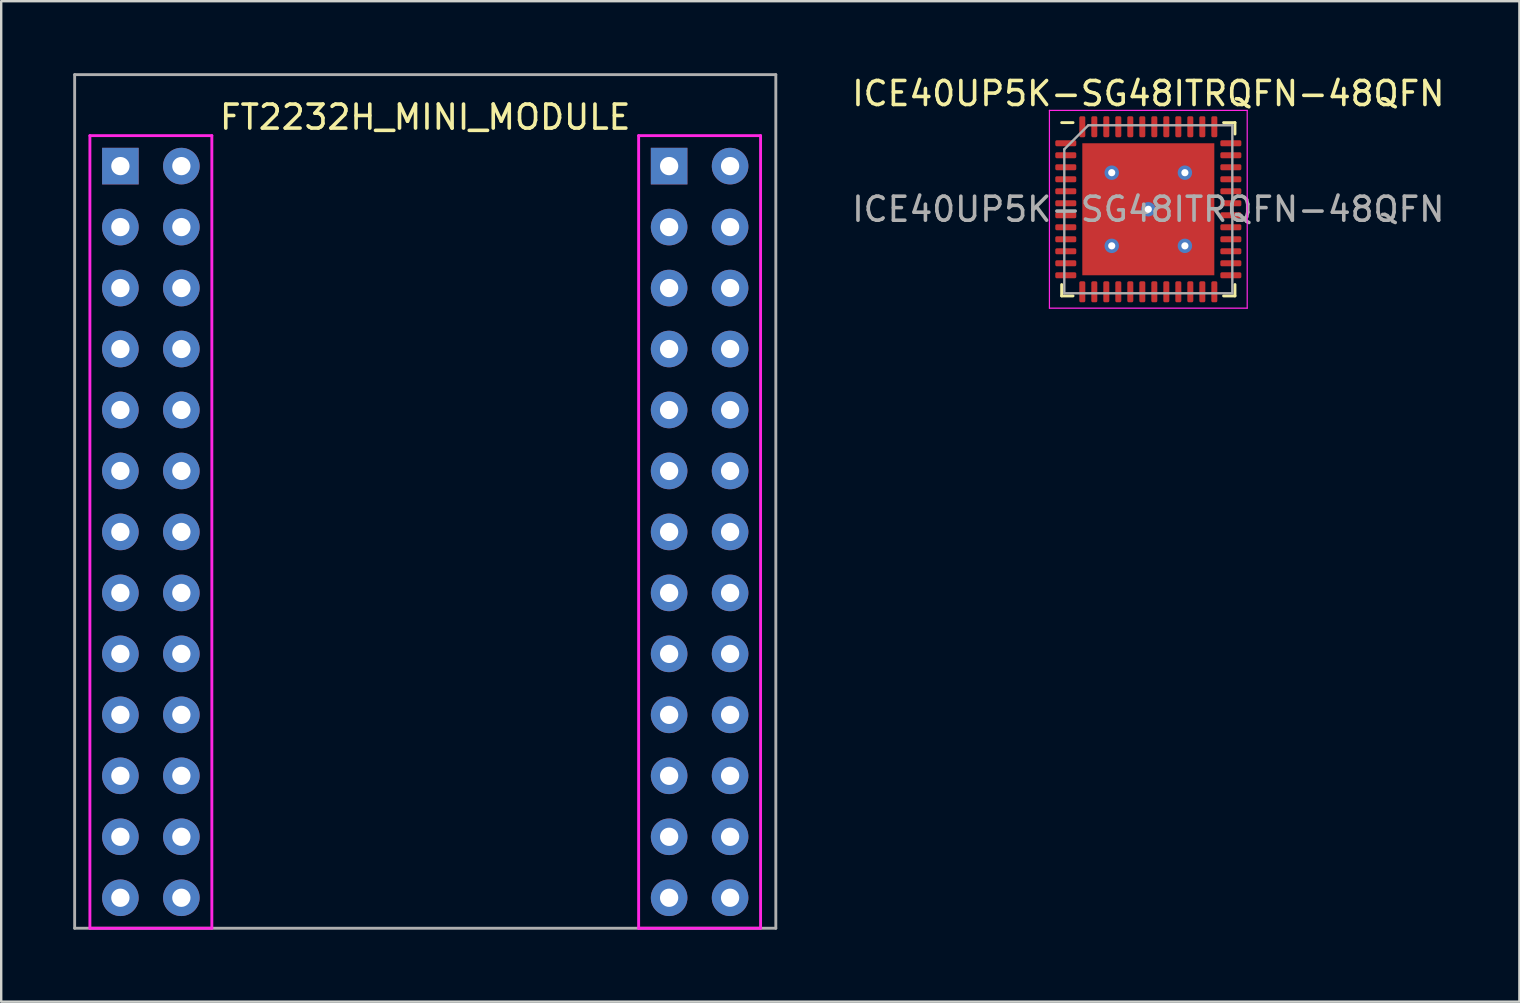
<source format=kicad_pcb>
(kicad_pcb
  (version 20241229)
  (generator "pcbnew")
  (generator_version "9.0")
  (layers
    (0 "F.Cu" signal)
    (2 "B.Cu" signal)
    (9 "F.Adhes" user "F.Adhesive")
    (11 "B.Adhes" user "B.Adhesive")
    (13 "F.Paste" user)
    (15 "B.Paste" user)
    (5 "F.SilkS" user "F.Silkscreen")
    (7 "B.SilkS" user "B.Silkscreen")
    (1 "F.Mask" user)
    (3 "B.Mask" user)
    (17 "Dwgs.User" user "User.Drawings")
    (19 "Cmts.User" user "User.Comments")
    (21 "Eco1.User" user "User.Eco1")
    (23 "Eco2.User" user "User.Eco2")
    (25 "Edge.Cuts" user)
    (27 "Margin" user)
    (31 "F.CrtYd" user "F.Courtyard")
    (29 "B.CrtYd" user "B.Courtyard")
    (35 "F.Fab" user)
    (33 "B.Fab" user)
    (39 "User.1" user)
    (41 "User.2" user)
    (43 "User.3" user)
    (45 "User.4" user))
  (footprint "ICE40UP5K-SG48ITRQFN-48QFN"
    (layer "F.Cu")
    (at 44.788 5.668)
    (property "Reference" "ICE40UP5K-SG48ITRQFN-48QFN" (at 0 -4.82 0) (layer "F.SilkS") (effects (font (size 1 1) (thickness 0.15))))
    (attr smd)
    (fp_line (start -3.61 3.61) (end -3.61 3.135) (stroke (width 0.12) (type solid)) (layer "F.SilkS"))
    (fp_line (start -3.135 -3.61) (end -3.61 -3.61) (stroke (width 0.12) (type solid)) (layer "F.SilkS"))
    (fp_line (start -3.135 3.61) (end -3.61 3.61) (stroke (width 0.12) (type solid)) (layer "F.SilkS"))
    (fp_line (start 3.135 -3.61) (end 3.61 -3.61) (stroke (width 0.12) (type solid)) (layer "F.SilkS"))
    (fp_line (start 3.135 3.61) (end 3.61 3.61) (stroke (width 0.12) (type solid)) (layer "F.SilkS"))
    (fp_line (start 3.61 -3.61) (end 3.61 -3.135) (stroke (width 0.12) (type solid)) (layer "F.SilkS"))
    (fp_line (start 3.61 3.61) (end 3.61 3.135) (stroke (width 0.12) (type solid)) (layer "F.SilkS"))
    (fp_line (start -4.12 -4.12) (end -4.12 4.12) (stroke (width 0.05) (type solid)) (layer "F.CrtYd"))
    (fp_line (start -4.12 4.12) (end 4.12 4.12) (stroke (width 0.05) (type solid)) (layer "F.CrtYd"))
    (fp_line (start 4.12 -4.12) (end -4.12 -4.12) (stroke (width 0.05) (type solid)) (layer "F.CrtYd"))
    (fp_line (start 4.12 4.12) (end 4.12 -4.12) (stroke (width 0.05) (type solid)) (layer "F.CrtYd"))
    (fp_line (start -3.5 -2.5) (end -2.5 -3.5) (stroke (width 0.1) (type solid)) (layer "F.Fab"))
    (fp_line (start -3.5 3.5) (end -3.5 -2.5) (stroke (width 0.1) (type solid)) (layer "F.Fab"))
    (fp_line (start -2.5 -3.5) (end 3.5 -3.5) (stroke (width 0.1) (type solid)) (layer "F.Fab"))
    (fp_line (start 3.5 -3.5) (end 3.5 3.5) (stroke (width 0.1) (type solid)) (layer "F.Fab"))
    (fp_line (start 3.5 3.5) (end -3.5 3.5) (stroke (width 0.1) (type solid)) (layer "F.Fab"))
    (fp_text user "${REFERENCE}" (at 0 0 0) (layer "F.Fab") (effects (font (size 1 1) (thickness 0.15))))
    (pad "" smd roundrect (at -2.1 -2.1) (size 1.13 1.13) (layers "F.Paste") (roundrect_rratio 0.221))
    (pad "" smd roundrect (at -2.1 -0.7) (size 1.13 1.13) (layers "F.Paste") (roundrect_rratio 0.221))
    (pad "" smd roundrect (at -2.1 0.7) (size 1.13 1.13) (layers "F.Paste") (roundrect_rratio 0.221))
    (pad "" smd roundrect (at -2.1 2.1) (size 1.13 1.13) (layers "F.Paste") (roundrect_rratio 0.221))
    (pad "" smd roundrect (at -0.7 -2.1) (size 1.13 1.13) (layers "F.Paste") (roundrect_rratio 0.221))
    (pad "" smd roundrect (at -0.7 -0.7) (size 1.13 1.13) (layers "F.Paste") (roundrect_rratio 0.221))
    (pad "" smd roundrect (at -0.7 0.7) (size 1.13 1.13) (layers "F.Paste") (roundrect_rratio 0.221))
    (pad "" smd roundrect (at -0.7 2.1) (size 1.13 1.13) (layers "F.Paste") (roundrect_rratio 0.221))
    (pad "" smd roundrect (at 0.7 -2.1) (size 1.13 1.13) (layers "F.Paste") (roundrect_rratio 0.221))
    (pad "" smd roundrect (at 0.7 -0.7) (size 1.13 1.13) (layers "F.Paste") (roundrect_rratio 0.221))
    (pad "" smd roundrect (at 0.7 0.7) (size 1.13 1.13) (layers "F.Paste") (roundrect_rratio 0.221))
    (pad "" smd roundrect (at 0.7 2.1) (size 1.13 1.13) (layers "F.Paste") (roundrect_rratio 0.221))
    (pad "" smd roundrect (at 2.1 -2.1) (size 1.13 1.13) (layers "F.Paste") (roundrect_rratio 0.221))
    (pad "" smd roundrect (at 2.1 -0.7) (size 1.13 1.13) (layers "F.Paste") (roundrect_rratio 0.221))
    (pad "" smd roundrect (at 2.1 0.7) (size 1.13 1.13) (layers "F.Paste") (roundrect_rratio 0.221))
    (pad "" smd roundrect (at 2.1 2.1) (size 1.13 1.13) (layers "F.Paste") (roundrect_rratio 0.221))
    (pad "1" smd roundrect (at -3.438 -2.75) (size 0.875 0.25) (layers "F.Cu" "F.Mask" "F.Paste") (roundrect_rratio 0.25))
    (pad "2" smd roundrect (at -3.438 -2.25) (size 0.875 0.25) (layers "F.Cu" "F.Mask" "F.Paste") (roundrect_rratio 0.25))
    (pad "3" smd roundrect (at -3.438 -1.75) (size 0.875 0.25) (layers "F.Cu" "F.Mask" "F.Paste") (roundrect_rratio 0.25))
    (pad "4" smd roundrect (at -3.438 -1.25) (size 0.875 0.25) (layers "F.Cu" "F.Mask" "F.Paste") (roundrect_rratio 0.25))
    (pad "5" smd roundrect (at -3.438 -0.75) (size 0.875 0.25) (layers "F.Cu" "F.Mask" "F.Paste") (roundrect_rratio 0.25))
    (pad "6" smd roundrect (at -3.438 -0.25) (size 0.875 0.25) (layers "F.Cu" "F.Mask" "F.Paste") (roundrect_rratio 0.25))
    (pad "7" smd roundrect (at -3.438 0.25) (size 0.875 0.25) (layers "F.Cu" "F.Mask" "F.Paste") (roundrect_rratio 0.25))
    (pad "8" smd roundrect (at -3.438 0.75) (size 0.875 0.25) (layers "F.Cu" "F.Mask" "F.Paste") (roundrect_rratio 0.25))
    (pad "9" smd roundrect (at -3.438 1.25) (size 0.875 0.25) (layers "F.Cu" "F.Mask" "F.Paste") (roundrect_rratio 0.25))
    (pad "10" smd roundrect (at -3.438 1.75) (size 0.875 0.25) (layers "F.Cu" "F.Mask" "F.Paste") (roundrect_rratio 0.25))
    (pad "11" smd roundrect (at -3.438 2.25) (size 0.875 0.25) (layers "F.Cu" "F.Mask" "F.Paste") (roundrect_rratio 0.25))
    (pad "12" smd roundrect (at -3.438 2.75) (size 0.875 0.25) (layers "F.Cu" "F.Mask" "F.Paste") (roundrect_rratio 0.25))
    (pad "13" smd roundrect (at -2.75 3.438) (size 0.25 0.875) (layers "F.Cu" "F.Mask" "F.Paste") (roundrect_rratio 0.25))
    (pad "14" smd roundrect (at -2.25 3.438) (size 0.25 0.875) (layers "F.Cu" "F.Mask" "F.Paste") (roundrect_rratio 0.25))
    (pad "15" smd roundrect (at -1.75 3.438) (size 0.25 0.875) (layers "F.Cu" "F.Mask" "F.Paste") (roundrect_rratio 0.25))
    (pad "16" smd roundrect (at -1.25 3.438) (size 0.25 0.875) (layers "F.Cu" "F.Mask" "F.Paste") (roundrect_rratio 0.25))
    (pad "17" smd roundrect (at -0.75 3.438) (size 0.25 0.875) (layers "F.Cu" "F.Mask" "F.Paste") (roundrect_rratio 0.25))
    (pad "18" smd roundrect (at -0.25 3.438) (size 0.25 0.875) (layers "F.Cu" "F.Mask" "F.Paste") (roundrect_rratio 0.25))
    (pad "19" smd roundrect (at 0.25 3.438) (size 0.25 0.875) (layers "F.Cu" "F.Mask" "F.Paste") (roundrect_rratio 0.25))
    (pad "20" smd roundrect (at 0.75 3.438) (size 0.25 0.875) (layers "F.Cu" "F.Mask" "F.Paste") (roundrect_rratio 0.25))
    (pad "21" smd roundrect (at 1.25 3.438) (size 0.25 0.875) (layers "F.Cu" "F.Mask" "F.Paste") (roundrect_rratio 0.25))
    (pad "22" smd roundrect (at 1.75 3.438) (size 0.25 0.875) (layers "F.Cu" "F.Mask" "F.Paste") (roundrect_rratio 0.25))
    (pad "23" smd roundrect (at 2.25 3.438) (size 0.25 0.875) (layers "F.Cu" "F.Mask" "F.Paste") (roundrect_rratio 0.25))
    (pad "24" smd roundrect (at 2.75 3.438) (size 0.25 0.875) (layers "F.Cu" "F.Mask" "F.Paste") (roundrect_rratio 0.25))
    (pad "25" smd roundrect (at 3.438 2.75) (size 0.875 0.25) (layers "F.Cu" "F.Mask" "F.Paste") (roundrect_rratio 0.25))
    (pad "26" smd roundrect (at 3.438 2.25) (size 0.875 0.25) (layers "F.Cu" "F.Mask" "F.Paste") (roundrect_rratio 0.25))
    (pad "27" smd roundrect (at 3.438 1.75) (size 0.875 0.25) (layers "F.Cu" "F.Mask" "F.Paste") (roundrect_rratio 0.25))
    (pad "28" smd roundrect (at 3.438 1.25) (size 0.875 0.25) (layers "F.Cu" "F.Mask" "F.Paste") (roundrect_rratio 0.25))
    (pad "29" smd roundrect (at 3.438 0.75) (size 0.875 0.25) (layers "F.Cu" "F.Mask" "F.Paste") (roundrect_rratio 0.25))
    (pad "30" smd roundrect (at 3.438 0.25) (size 0.875 0.25) (layers "F.Cu" "F.Mask" "F.Paste") (roundrect_rratio 0.25))
    (pad "31" smd roundrect (at 3.438 -0.25) (size 0.875 0.25) (layers "F.Cu" "F.Mask" "F.Paste") (roundrect_rratio 0.25))
    (pad "32" smd roundrect (at 3.438 -0.75) (size 0.875 0.25) (layers "F.Cu" "F.Mask" "F.Paste") (roundrect_rratio 0.25))
    (pad "33" smd roundrect (at 3.438 -1.25) (size 0.875 0.25) (layers "F.Cu" "F.Mask" "F.Paste") (roundrect_rratio 0.25))
    (pad "34" smd roundrect (at 3.438 -1.75) (size 0.875 0.25) (layers "F.Cu" "F.Mask" "F.Paste") (roundrect_rratio 0.25))
    (pad "35" smd roundrect (at 3.438 -2.25) (size 0.875 0.25) (layers "F.Cu" "F.Mask" "F.Paste") (roundrect_rratio 0.25))
    (pad "36" smd roundrect (at 3.438 -2.75) (size 0.875 0.25) (layers "F.Cu" "F.Mask" "F.Paste") (roundrect_rratio 0.25))
    (pad "37" smd roundrect (at 2.75 -3.438) (size 0.25 0.875) (layers "F.Cu" "F.Mask" "F.Paste") (roundrect_rratio 0.25))
    (pad "38" smd roundrect (at 2.25 -3.438) (size 0.25 0.875) (layers "F.Cu" "F.Mask" "F.Paste") (roundrect_rratio 0.25))
    (pad "39" smd roundrect (at 1.75 -3.438) (size 0.25 0.875) (layers "F.Cu" "F.Mask" "F.Paste") (roundrect_rratio 0.25))
    (pad "40" smd roundrect (at 1.25 -3.438) (size 0.25 0.875) (layers "F.Cu" "F.Mask" "F.Paste") (roundrect_rratio 0.25))
    (pad "41" smd roundrect (at 0.75 -3.438) (size 0.25 0.875) (layers "F.Cu" "F.Mask" "F.Paste") (roundrect_rratio 0.25))
    (pad "42" smd roundrect (at 0.25 -3.438) (size 0.25 0.875) (layers "F.Cu" "F.Mask" "F.Paste") (roundrect_rratio 0.25))
    (pad "43" smd roundrect (at -0.25 -3.438) (size 0.25 0.875) (layers "F.Cu" "F.Mask" "F.Paste") (roundrect_rratio 0.25))
    (pad "44" smd roundrect (at -0.75 -3.438) (size 0.25 0.875) (layers "F.Cu" "F.Mask" "F.Paste") (roundrect_rratio 0.25))
    (pad "45" smd roundrect (at -1.25 -3.438) (size 0.25 0.875) (layers "F.Cu" "F.Mask" "F.Paste") (roundrect_rratio 0.25))
    (pad "46" smd roundrect (at -1.75 -3.438) (size 0.25 0.875) (layers "F.Cu" "F.Mask" "F.Paste") (roundrect_rratio 0.25))
    (pad "47" smd roundrect (at -2.25 -3.438) (size 0.25 0.875) (layers "F.Cu" "F.Mask" "F.Paste") (roundrect_rratio 0.25))
    (pad "48" smd roundrect (at -2.75 -3.438) (size 0.25 0.875) (layers "F.Cu" "F.Mask" "F.Paste") (roundrect_rratio 0.25))
    (pad "49" thru_hole circle (at -1.524 -1.524) (size 0.6 0.6) (drill 0.3) (layers "*.Cu" "*.Mask"))
    (pad "49" thru_hole circle (at -1.524 1.524 90) (size 0.6 0.6) (drill 0.3) (layers "*.Cu" "*.Mask"))
    (pad "49" thru_hole circle (at 0 0 270) (size 0.6 0.6) (drill 0.3) (layers "*.Cu" "*.Mask"))
    (pad "49" smd rect (at 0 0) (size 5.5 5.5) (layers "F.Cu" "F.Mask"))
    (pad "49" thru_hole circle (at 1.524 -1.524 270) (size 0.6 0.6) (drill 0.3) (layers "*.Cu" "*.Mask"))
    (pad "49" thru_hole circle (at 1.524 1.524 180) (size 0.6 0.6) (drill 0.3) (layers "*.Cu" "*.Mask")))
  (footprint "FT2232H_MINI_MODULE"
    (layer "F.Cu")
    (at 14.665 1.33)
    (property "Reference" "FT2232H_MINI_MODULE" (at 0 0.5 0) (layer "F.SilkS") (effects (font (size 1 1) (thickness 0.15))))
    (attr through_hole)
    (fp_line (start -13.97 1.27) (end -8.89 1.27) (stroke (width 0.12) (type solid)) (layer "F.CrtYd"))
    (fp_line (start -13.97 34.29) (end -13.97 1.27) (stroke (width 0.12) (type solid)) (layer "F.CrtYd"))
    (fp_line (start -8.89 1.27) (end -8.89 34.29) (stroke (width 0.12) (type solid)) (layer "F.CrtYd"))
    (fp_line (start -8.89 34.29) (end -13.97 34.29) (stroke (width 0.12) (type solid)) (layer "F.CrtYd"))
    (fp_line (start 8.89 1.27) (end 13.97 1.27) (stroke (width 0.12) (type solid)) (layer "F.CrtYd"))
    (fp_line (start 8.89 34.29) (end 8.89 1.27) (stroke (width 0.12) (type solid)) (layer "F.CrtYd"))
    (fp_line (start 13.97 1.27) (end 13.97 34.29) (stroke (width 0.12) (type solid)) (layer "F.CrtYd"))
    (fp_line (start 13.97 34.29) (end 8.89 34.29) (stroke (width 0.12) (type solid)) (layer "F.CrtYd"))
    (fp_line (start -14.605 -1.27) (end 14.605 -1.27) (stroke (width 0.12) (type solid)) (layer "F.Fab"))
    (fp_line (start -14.605 34.29) (end -14.605 -1.27) (stroke (width 0.12) (type solid)) (layer "F.Fab"))
    (fp_line (start 14.605 -1.27) (end 14.605 34.29) (stroke (width 0.12) (type solid)) (layer "F.Fab"))
    (fp_line (start 14.605 34.29) (end -14.605 34.29) (stroke (width 0.12) (type solid)) (layer "F.Fab"))
    (pad "2.1" thru_hole rect (at -12.7 2.54) (size 1.524 1.524) (drill 0.762) (layers "*.Cu" "*.Mask"))
    (pad "2.2" thru_hole circle (at -10.16 2.54) (size 1.524 1.524) (drill 0.762) (layers "*.Cu" "*.Mask"))
    (pad "2.3" thru_hole circle (at -12.7 5.08) (size 1.524 1.524) (drill 0.762) (layers "*.Cu" "*.Mask"))
    (pad "2.4" thru_hole circle (at -10.16 5.08) (size 1.524 1.524) (drill 0.762) (layers "*.Cu" "*.Mask"))
    (pad "2.5" thru_hole circle (at -12.7 7.62) (size 1.524 1.524) (drill 0.762) (layers "*.Cu" "*.Mask"))
    (pad "2.6" thru_hole circle (at -10.16 7.62) (size 1.524 1.524) (drill 0.762) (layers "*.Cu" "*.Mask"))
    (pad "2.7" thru_hole circle (at -12.7 10.16) (size 1.524 1.524) (drill 0.762) (layers "*.Cu" "*.Mask"))
    (pad "2.8" thru_hole circle (at -10.16 10.16) (size 1.524 1.524) (drill 0.762) (layers "*.Cu" "*.Mask"))
    (pad "2.9" thru_hole circle (at -12.7 12.7) (size 1.524 1.524) (drill 0.762) (layers "*.Cu" "*.Mask"))
    (pad "2.10" thru_hole circle (at -10.16 12.7) (size 1.524 1.524) (drill 0.762) (layers "*.Cu" "*.Mask"))
    (pad "2.11" thru_hole circle (at -12.7 15.24) (size 1.524 1.524) (drill 0.762) (layers "*.Cu" "*.Mask"))
    (pad "2.12" thru_hole circle (at -10.16 15.24) (size 1.524 1.524) (drill 0.762) (layers "*.Cu" "*.Mask"))
    (pad "2.13" thru_hole circle (at -12.7 17.78) (size 1.524 1.524) (drill 0.762) (layers "*.Cu" "*.Mask"))
    (pad "2.14" thru_hole circle (at -10.16 17.78) (size 1.524 1.524) (drill 0.762) (layers "*.Cu" "*.Mask"))
    (pad "2.15" thru_hole circle (at -12.7 20.32) (size 1.524 1.524) (drill 0.762) (layers "*.Cu" "*.Mask"))
    (pad "2.16" thru_hole circle (at -10.16 20.32) (size 1.524 1.524) (drill 0.762) (layers "*.Cu" "*.Mask"))
    (pad "2.17" thru_hole circle (at -12.7 22.86) (size 1.524 1.524) (drill 0.762) (layers "*.Cu" "*.Mask"))
    (pad "2.18" thru_hole circle (at -10.16 22.86) (size 1.524 1.524) (drill 0.762) (layers "*.Cu" "*.Mask"))
    (pad "2.19" thru_hole circle (at -12.7 25.4) (size 1.524 1.524) (drill 0.762) (layers "*.Cu" "*.Mask"))
    (pad "2.20" thru_hole circle (at -10.16 25.4) (size 1.524 1.524) (drill 0.762) (layers "*.Cu" "*.Mask"))
    (pad "2.21" thru_hole circle (at -12.7 27.94) (size 1.524 1.524) (drill 0.762) (layers "*.Cu" "*.Mask"))
    (pad "2.22" thru_hole circle (at -10.16 27.94) (size 1.524 1.524) (drill 0.762) (layers "*.Cu" "*.Mask"))
    (pad "2.23" thru_hole circle (at -12.7 30.48) (size 1.524 1.524) (drill 0.762) (layers "*.Cu" "*.Mask"))
    (pad "2.24" thru_hole circle (at -10.16 30.48) (size 1.524 1.524) (drill 0.762) (layers "*.Cu" "*.Mask"))
    (pad "2.25" thru_hole circle (at -12.7 33.02) (size 1.524 1.524) (drill 0.762) (layers "*.Cu" "*.Mask"))
    (pad "2.26" thru_hole circle (at -10.16 33.02) (size 1.524 1.524) (drill 0.762) (layers "*.Cu" "*.Mask"))
    (pad "3.1" thru_hole rect (at 10.16 2.54) (size 1.524 1.524) (drill 0.762) (layers "*.Cu" "*.Mask"))
    (pad "3.2" thru_hole circle (at 12.7 2.54) (size 1.524 1.524) (drill 0.762) (layers "*.Cu" "*.Mask"))
    (pad "3.3" thru_hole circle (at 10.16 5.08) (size 1.524 1.524) (drill 0.762) (layers "*.Cu" "*.Mask"))
    (pad "3.4" thru_hole circle (at 12.7 5.08) (size 1.524 1.524) (drill 0.762) (layers "*.Cu" "*.Mask"))
    (pad "3.5" thru_hole circle (at 10.16 7.62) (size 1.524 1.524) (drill 0.762) (layers "*.Cu" "*.Mask"))
    (pad "3.6" thru_hole circle (at 12.7 7.62) (size 1.524 1.524) (drill 0.762) (layers "*.Cu" "*.Mask"))
    (pad "3.7" thru_hole circle (at 10.16 10.16) (size 1.524 1.524) (drill 0.762) (layers "*.Cu" "*.Mask"))
    (pad "3.8" thru_hole circle (at 12.7 10.16) (size 1.524 1.524) (drill 0.762) (layers "*.Cu" "*.Mask"))
    (pad "3.9" thru_hole circle (at 10.16 12.7) (size 1.524 1.524) (drill 0.762) (layers "*.Cu" "*.Mask"))
    (pad "3.10" thru_hole circle (at 12.7 12.7) (size 1.524 1.524) (drill 0.762) (layers "*.Cu" "*.Mask"))
    (pad "3.11" thru_hole circle (at 10.16 15.24) (size 1.524 1.524) (drill 0.762) (layers "*.Cu" "*.Mask"))
    (pad "3.12" thru_hole circle (at 12.7 15.24) (size 1.524 1.524) (drill 0.762) (layers "*.Cu" "*.Mask"))
    (pad "3.13" thru_hole circle (at 10.16 17.78) (size 1.524 1.524) (drill 0.762) (layers "*.Cu" "*.Mask"))
    (pad "3.14" thru_hole circle (at 12.7 17.78) (size 1.524 1.524) (drill 0.762) (layers "*.Cu" "*.Mask"))
    (pad "3.15" thru_hole circle (at 10.16 20.32) (size 1.524 1.524) (drill 0.762) (layers "*.Cu" "*.Mask"))
    (pad "3.16" thru_hole circle (at 12.7 20.32) (size 1.524 1.524) (drill 0.762) (layers "*.Cu" "*.Mask"))
    (pad "3.17" thru_hole circle (at 10.16 22.86) (size 1.524 1.524) (drill 0.762) (layers "*.Cu" "*.Mask"))
    (pad "3.18" thru_hole circle (at 12.7 22.86) (size 1.524 1.524) (drill 0.762) (layers "*.Cu" "*.Mask"))
    (pad "3.19" thru_hole circle (at 10.16 25.4) (size 1.524 1.524) (drill 0.762) (layers "*.Cu" "*.Mask"))
    (pad "3.20" thru_hole circle (at 12.7 25.4) (size 1.524 1.524) (drill 0.762) (layers "*.Cu" "*.Mask"))
    (pad "3.21" thru_hole circle (at 10.16 27.94) (size 1.524 1.524) (drill 0.762) (layers "*.Cu" "*.Mask"))
    (pad "3.22" thru_hole circle (at 12.7 27.94) (size 1.524 1.524) (drill 0.762) (layers "*.Cu" "*.Mask"))
    (pad "3.23" thru_hole circle (at 10.16 30.48) (size 1.524 1.524) (drill 0.762) (layers "*.Cu" "*.Mask"))
    (pad "3.24" thru_hole circle (at 12.7 30.48) (size 1.524 1.524) (drill 0.762) (layers "*.Cu" "*.Mask"))
    (pad "3.25" thru_hole circle (at 10.16 33.02) (size 1.524 1.524) (drill 0.762) (layers "*.Cu" "*.Mask"))
    (pad "3.26" thru_hole circle (at 12.7 33.02) (size 1.524 1.524) (drill 0.762) (layers "*.Cu" "*.Mask")))
  (gr_rect
    (start -3 -3)
    (end 60.247 38.68)
    (stroke (width 0.1) (type default))
    (fill no)
    (layer "Edge.Cuts")))
</source>
